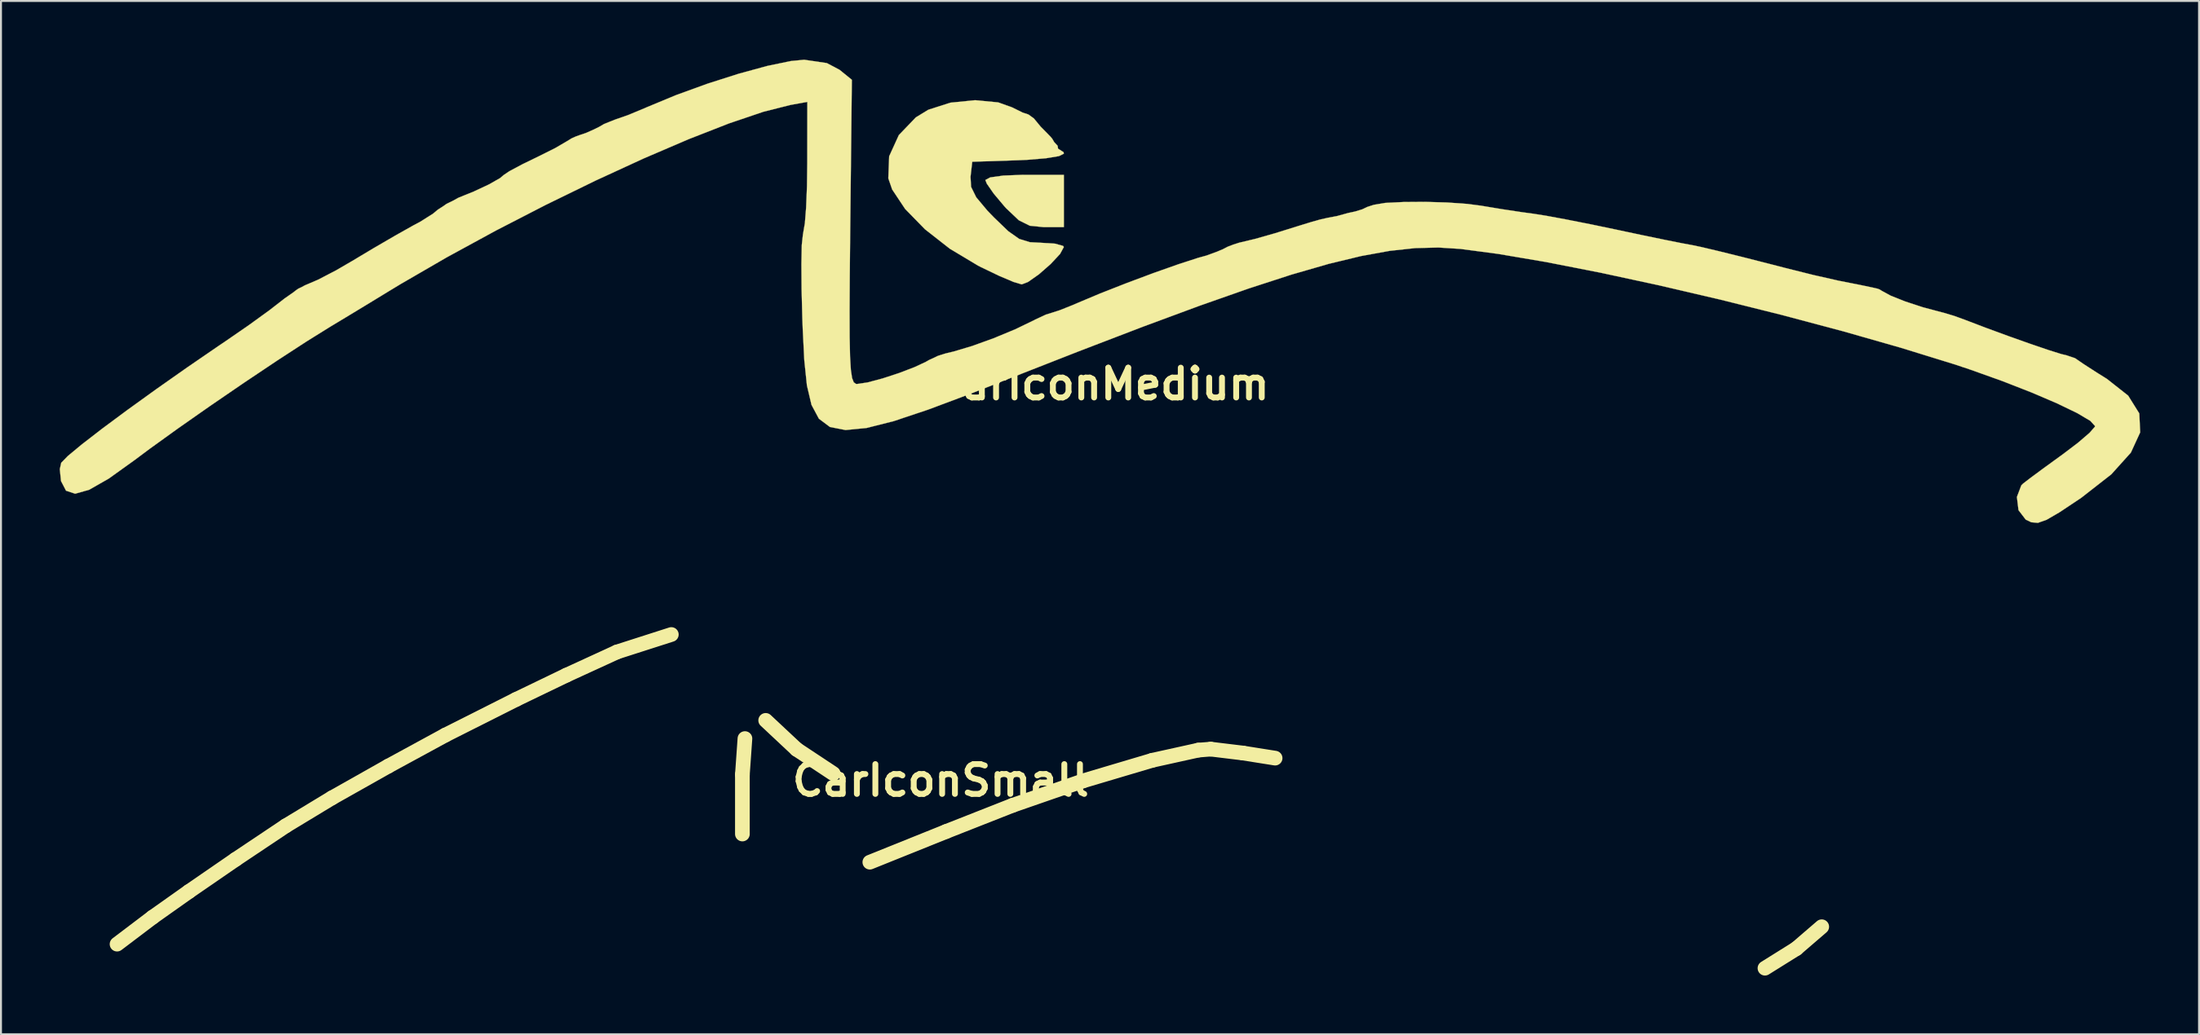
<source format=kicad_pcb>
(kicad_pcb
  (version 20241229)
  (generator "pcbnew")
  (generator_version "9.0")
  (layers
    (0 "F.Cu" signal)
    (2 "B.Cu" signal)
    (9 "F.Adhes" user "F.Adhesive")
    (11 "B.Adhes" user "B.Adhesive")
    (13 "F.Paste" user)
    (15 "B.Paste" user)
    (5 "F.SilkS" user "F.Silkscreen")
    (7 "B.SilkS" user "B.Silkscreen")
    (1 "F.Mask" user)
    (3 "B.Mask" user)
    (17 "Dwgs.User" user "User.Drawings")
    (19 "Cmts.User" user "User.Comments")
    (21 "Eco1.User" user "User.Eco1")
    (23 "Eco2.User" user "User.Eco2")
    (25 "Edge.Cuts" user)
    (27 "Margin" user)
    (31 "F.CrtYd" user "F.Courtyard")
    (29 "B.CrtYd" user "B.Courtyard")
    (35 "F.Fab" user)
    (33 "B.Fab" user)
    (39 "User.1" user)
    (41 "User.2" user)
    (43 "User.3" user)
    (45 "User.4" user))
  (footprint "CarIconSmall"
    (layer "F.Cu")
    (at 44.999 36.849)
    (property "Reference" "CarIconSmall" (at 0 0 0) (layer "F.SilkS") (effects (font (size 1.524 1.524) (thickness 0.3))))
    (attr exclude_from_pos_files exclude_from_bom)
    (fp_poly (pts (xy -1.542 -2.903) (xy -2.427 -2.908) (xy -3.311 -2.913) (xy -4.205 -3.907) (xy -4.59 -4.348) (xy -4.863 -4.691) (xy -5.016 -4.924) (xy -5.047 -5.036) (xy -5.003 -5.084) (xy -4.896 -5.119) (xy -4.706 -5.144) (xy -4.407 -5.159) (xy -3.977 -5.168) (xy -3.392 -5.171) (xy -3.269 -5.171) (xy -1.542 -5.171) (xy -1.542 -2.903)) (stroke (width 0.01) (type solid)) (fill yes) (layer "F.Mask"))
    (fp_poly (pts (xy -4.841 -8.38) (xy -4.062 -8.166) (xy -3.539 -7.914) (xy -3.22 -7.697) (xy -2.868 -7.407) (xy -2.513 -7.075) (xy -2.184 -6.731) (xy -1.909 -6.404) (xy -1.716 -6.125) (xy -1.634 -5.924) (xy -1.633 -5.907) (xy -1.701 -5.869) (xy -1.91 -5.841) (xy -2.272 -5.821) (xy -2.796 -5.809) (xy -3.486 -5.806) (xy -5.339 -5.806) (xy -5.527 -5.567) (xy -5.683 -5.234) (xy -5.715 -4.962) (xy -5.708 -4.825) (xy -5.677 -4.698) (xy -5.603 -4.558) (xy -5.469 -4.381) (xy -5.257 -4.145) (xy -4.951 -3.827) (xy -4.563 -3.432) (xy -3.411 -2.268) (xy -2.476 -2.268) (xy -2.009 -2.259) (xy -1.697 -2.232) (xy -1.552 -2.189) (xy -1.542 -2.171) (xy -1.59 -1.986) (xy -1.742 -1.741) (xy -2.012 -1.417) (xy -2.344 -1.066) (xy -2.632 -0.783) (xy -2.882 -0.585) (xy -3.122 -0.471) (xy -3.382 -0.442) (xy -3.689 -0.5) (xy -4.074 -0.644) (xy -4.565 -0.875) (xy -5.063 -1.128) (xy -6.158 -1.742) (xy -7.093 -2.372) (xy -7.865 -3.013) (xy -8.469 -3.662) (xy -8.902 -4.315) (xy -9.16 -4.967) (xy -9.23 -5.366) (xy -9.244 -5.709) (xy -9.2 -5.987) (xy -9.079 -6.294) (xy -9.033 -6.39) (xy -8.682 -6.921) (xy -8.173 -7.419) (xy -7.53 -7.863) (xy -7.198 -8.042) (xy -6.442 -8.32) (xy -5.645 -8.432) (xy -4.841 -8.38)) (stroke (width 0.01) (type solid)) (fill yes) (layer "F.Mask"))
    (fp_poly (pts (xy -12.074 -10.088) (xy -11.542 -9.877) (xy -11.124 -9.533) (xy -10.907 -9.219) (xy -10.862 -9.094) (xy -10.825 -8.892) (xy -10.795 -8.603) (xy -10.773 -8.217) (xy -10.758 -7.724) (xy -10.75 -7.114) (xy -10.75 -6.377) (xy -10.757 -5.503) (xy -10.77 -4.482) (xy -10.791 -3.304) (xy -10.818 -1.959) (xy -10.831 -1.361) (xy -10.847 -0.525) (xy -10.859 0.285) (xy -10.866 1.045) (xy -10.869 1.728) (xy -10.867 2.311) (xy -10.86 2.768) (xy -10.848 3.074) (xy -10.845 3.117) (xy -10.777 3.921) (xy -10.4 3.862) (xy -10.122 3.809) (xy -9.792 3.726) (xy -9.399 3.61) (xy -8.928 3.456) (xy -8.365 3.257) (xy -7.696 3.01) (xy -6.909 2.71) (xy -5.988 2.351) (xy -4.92 1.928) (xy -4.354 1.703) (xy -2.668 1.032) (xy -1.129 0.428) (xy 0.279 -0.116) (xy 1.576 -0.607) (xy 2.778 -1.051) (xy 3.905 -1.453) (xy 4.975 -1.821) (xy 6.004 -2.16) (xy 7.013 -2.478) (xy 8.018 -2.779) (xy 9.039 -3.071) (xy 10.092 -3.359) (xy 10.704 -3.522) (xy 11.339 -3.689) (xy 11.834 -3.815) (xy 12.225 -3.906) (xy 12.547 -3.967) (xy 12.836 -4.004) (xy 13.127 -4.023) (xy 13.455 -4.028) (xy 13.857 -4.027) (xy 13.925 -4.026) (xy 14.849 -3.989) (xy 15.942 -3.889) (xy 17.204 -3.728) (xy 18.635 -3.505) (xy 20.237 -3.219) (xy 22.008 -2.872) (xy 23.949 -2.463) (xy 25.082 -2.213) (xy 25.878 -2.033) (xy 26.614 -1.865) (xy 27.316 -1.7) (xy 28.009 -1.533) (xy 28.718 -1.358) (xy 29.469 -1.167) (xy 30.287 -0.955) (xy 31.197 -0.715) (xy 32.226 -0.441) (xy 33.398 -0.127) (xy 33.7 -0.045) (xy 34.833 0.273) (xy 36.014 0.631) (xy 37.214 1.018) (xy 38.402 1.421) (xy 39.545 1.832) (xy 40.613 2.237) (xy 41.575 2.627) (xy 42.399 2.991) (xy 42.591 3.082) (xy 43.412 3.514) (xy 44.059 3.937) (xy 44.537 4.359) (xy 44.854 4.785) (xy 45.015 5.222) (xy 45.04 5.482) (xy 44.967 5.987) (xy 44.745 6.504) (xy 44.37 7.041) (xy 43.835 7.602) (xy 43.135 8.194) (xy 42.266 8.823) (xy 42.048 8.97) (xy 41.561 9.288) (xy 41.195 9.515) (xy 40.921 9.665) (xy 40.713 9.753) (xy 40.542 9.791) (xy 40.44 9.797) (xy 40.135 9.754) (xy 39.884 9.596) (xy 39.817 9.532) (xy 39.632 9.301) (xy 39.56 9.047) (xy 39.553 8.874) (xy 39.597 8.541) (xy 39.708 8.293) (xy 39.712 8.288) (xy 39.844 8.168) (xy 40.096 7.975) (xy 40.433 7.733) (xy 40.824 7.467) (xy 40.924 7.401) (xy 41.369 7.097) (xy 41.813 6.776) (xy 42.207 6.474) (xy 42.499 6.23) (xy 42.511 6.219) (xy 42.779 5.964) (xy 42.927 5.793) (xy 42.977 5.672) (xy 42.951 5.569) (xy 42.948 5.564) (xy 42.811 5.436) (xy 42.529 5.256) (xy 42.127 5.036) (xy 41.63 4.787) (xy 41.062 4.521) (xy 40.449 4.251) (xy 39.814 3.988) (xy 39.184 3.745) (xy 39.159 3.736) (xy 37.824 3.264) (xy 36.36 2.783) (xy 34.789 2.297) (xy 33.13 1.813) (xy 31.406 1.335) (xy 29.636 0.867) (xy 27.841 0.415) (xy 26.042 -0.016) (xy 24.26 -0.422) (xy 22.515 -0.798) (xy 20.829 -1.138) (xy 19.222 -1.437) (xy 17.714 -1.692) (xy 16.327 -1.896) (xy 15.081 -2.045) (xy 14.619 -2.089) (xy 14.228 -2.121) (xy 13.899 -2.14) (xy 13.603 -2.142) (xy 13.308 -2.121) (xy 12.984 -2.076) (xy 12.602 -2) (xy 12.13 -1.89) (xy 11.539 -1.742) (xy 10.924 -1.584) (xy 9.714 -1.262) (xy 8.497 -0.915) (xy 7.256 -0.538) (xy 5.972 -0.123) (xy 4.628 0.335) (xy 3.206 0.842) (xy 1.69 1.404) (xy 0.061 2.027) (xy -1.698 2.718) (xy -3.379 3.391) (xy -4.596 3.88) (xy -5.66 4.301) (xy -6.586 4.659) (xy -7.387 4.959) (xy -8.078 5.204) (xy -8.672 5.401) (xy -9.183 5.553) (xy -9.625 5.664) (xy -10.013 5.74) (xy -10.361 5.785) (xy -10.681 5.804) (xy -10.775 5.805) (xy -11.353 5.755) (xy -11.813 5.593) (xy -12.168 5.307) (xy -12.432 4.883) (xy -12.619 4.308) (xy -12.697 3.901) (xy -12.727 3.599) (xy -12.751 3.135) (xy -12.769 2.529) (xy -12.78 1.802) (xy -12.785 0.972) (xy -12.783 0.06) (xy -12.775 -0.915) (xy -12.761 -1.932) (xy -12.74 -2.973) (xy -12.713 -4.017) (xy -12.695 -4.581) (xy -12.674 -5.3) (xy -12.658 -5.98) (xy -12.648 -6.594) (xy -12.644 -7.115) (xy -12.646 -7.518) (xy -12.655 -7.776) (xy -12.66 -7.828) (xy -12.718 -8.263) (xy -13.14 -8.203) (xy -13.925 -8.05) (xy -14.848 -7.799) (xy -15.896 -7.457) (xy -17.059 -7.029) (xy -18.324 -6.519) (xy -19.679 -5.935) (xy -21.114 -5.28) (xy -22.615 -4.56) (xy -24.171 -3.782) (xy -25.77 -2.95) (xy -27.401 -2.07) (xy -29.052 -1.148) (xy -30.71 -0.188) (xy -31.689 0.395) (xy -33.313 1.388) (xy -34.948 2.424) (xy -36.569 3.483) (xy -38.148 4.547) (xy -39.659 5.597) (xy -41.073 6.616) (xy -42.363 7.585) (xy -42.953 8.044) (xy -43.3 8.31) (xy -43.552 8.48) (xy -43.749 8.573) (xy -43.934 8.611) (xy -44.071 8.617) (xy -44.477 8.541) (xy -44.779 8.324) (xy -44.956 7.988) (xy -44.994 7.689) (xy -44.942 7.314) (xy -44.815 7.099) (xy -44.683 6.979) (xy -44.434 6.773) (xy -44.1 6.505) (xy -43.708 6.196) (xy -43.288 5.87) (xy -42.87 5.55) (xy -42.482 5.259) (xy -42.155 5.018) (xy -42.036 4.934) (xy -41.845 4.799) (xy -41.537 4.581) (xy -41.141 4.301) (xy -40.687 3.979) (xy -40.206 3.637) (xy -40.176 3.616) (xy -39.143 2.895) (xy -38.001 2.12) (xy -36.801 1.326) (xy -35.594 0.544) (xy -34.431 -0.191) (xy -33.791 -0.585) (xy -33.317 -0.876) (xy -32.882 -1.142) (xy -32.516 -1.368) (xy -32.249 -1.533) (xy -32.113 -1.619) (xy -31.859 -1.774) (xy -31.665 -1.884) (xy -31.507 -1.973) (xy -31.234 -2.129) (xy -30.888 -2.33) (xy -30.51 -2.55) (xy -30.142 -2.765) (xy -29.825 -2.953) (xy -29.754 -2.995) (xy -29.316 -3.247) (xy -28.741 -3.565) (xy -28.053 -3.935) (xy -27.278 -4.344) (xy -26.443 -4.779) (xy -25.571 -5.228) (xy -24.691 -5.676) (xy -23.826 -6.111) (xy -23.002 -6.52) (xy -22.246 -6.889) (xy -21.582 -7.205) (xy -21.091 -7.432) (xy -19.698 -8.041) (xy -18.381 -8.581) (xy -17.153 -9.048) (xy -16.023 -9.438) (xy -15.004 -9.748) (xy -14.107 -9.974) (xy -13.341 -10.112) (xy -12.719 -10.159) (xy -12.713 -10.159) (xy -12.074 -10.088)) (stroke (width 0.01) (type solid)) (fill yes) (layer "F.Mask"))
    (fp_line (start -42.07 8.37) (end -40.25 6.99) (stroke (width 0.75) (type solid)) (layer "F.SilkS"))
    (fp_line (start -40.25 6.99) (end -38.4 5.68) (stroke (width 0.75) (type solid)) (layer "F.SilkS"))
    (fp_line (start -38.4 5.68) (end -36.02 4.04) (stroke (width 0.75) (type solid)) (layer "F.SilkS"))
    (fp_line (start -36.02 4.04) (end -33.45 2.32) (stroke (width 0.75) (type solid)) (layer "F.SilkS"))
    (fp_line (start -33.45 2.32) (end -31.09 0.89) (stroke (width 0.75) (type solid)) (layer "F.SilkS"))
    (fp_line (start -31.09 0.89) (end -28.22 -0.73) (stroke (width 0.75) (type solid)) (layer "F.SilkS"))
    (fp_line (start -28.22 -0.73) (end -25.3 -2.32) (stroke (width 0.75) (type solid)) (layer "F.SilkS"))
    (fp_line (start -25.3 -2.32) (end -21.69 -4.14) (stroke (width 0.75) (type solid)) (layer "F.SilkS"))
    (fp_line (start -21.69 -4.14) (end -19.12 -5.38) (stroke (width 0.75) (type solid)) (layer "F.SilkS"))
    (fp_line (start -19.12 -5.38) (end -16.53 -6.57) (stroke (width 0.75) (type solid)) (layer "F.SilkS"))
    (fp_line (start -16.53 -6.57) (end -13.76 -7.46) (stroke (width 0.75) (type solid)) (layer "F.SilkS"))
    (fp_line (start -10.13 -0.3) (end -10 -2.14) (stroke (width 0.75) (type solid)) (layer "F.SilkS"))
    (fp_line (start -10.13 2.74) (end -10.13 -0.3) (stroke (width 0.75) (type solid)) (layer "F.SilkS"))
    (fp_line (start -8.94 -3.07) (end -7.36 -1.59) (stroke (width 0.75) (type solid)) (layer "F.SilkS"))
    (fp_line (start -7.36 -1.59) (end -5.49 -0.35) (stroke (width 0.75) (type solid)) (layer "F.SilkS"))
    (fp_line (start -3.62 4.18) (end 0.28 2.61) (stroke (width 0.75) (type solid)) (layer "F.SilkS"))
    (fp_line (start 0.28 2.61) (end 3.68 1.27) (stroke (width 0.75) (type solid)) (layer "F.SilkS"))
    (fp_line (start 3.68 1.27) (end 7.28 0.02) (stroke (width 0.75) (type solid)) (layer "F.SilkS"))
    (fp_line (start 7.28 0.02) (end 10.81 -1.03) (stroke (width 0.75) (type solid)) (layer "F.SilkS"))
    (fp_line (start 10.81 -1.03) (end 13.16 -1.55) (stroke (width 0.75) (type solid)) (layer "F.SilkS"))
    (fp_line (start 13.16 -1.55) (end 13.79 -1.6) (stroke (width 0.75) (type solid)) (layer "F.SilkS"))
    (fp_line (start 13.79 -1.6) (end 15.44 -1.4) (stroke (width 0.75) (type solid)) (layer "F.SilkS"))
    (fp_line (start 15.44 -1.4) (end 17.08 -1.14) (stroke (width 0.75) (type solid)) (layer "F.SilkS"))
    (fp_line (start 42.1 9.6) (end 43.7 8.6) (stroke (width 0.75) (type solid)) (layer "F.SilkS"))
    (fp_line (start 43.7 8.6) (end 45 7.48) (stroke (width 0.75) (type solid)) (layer "F.SilkS")))
  (footprint "CarIconMedium"
    (layer "F.Cu")
    (at 53.16 16.582)
    (property "Reference" "CarIconMedium" (at 0 0 0) (layer "F.SilkS") (effects (font (size 1.524 1.524) (thickness 0.3))))
    (attr through_hole)
    (fp_poly (pts (xy -1.872 -8.021) (xy -2.91 -8.021) (xy -3.609 -8.091) (xy -4.175 -8.373) (xy -4.81 -8.976) (xy -4.915 -9.091) (xy -5.456 -9.736) (xy -5.807 -10.243) (xy -5.882 -10.428) (xy -5.634 -10.562) (xy -4.962 -10.656) (xy -3.978 -10.694) (xy -3.877 -10.695) (xy -1.872 -10.695) (xy -1.872 -8.021)) (stroke (width 0.01) (type solid)) (fill yes) (layer "F.SilkS"))
    (fp_poly (pts (xy -5.227 -14.397) (xy -4.52 -14.145) (xy -3.978 -13.877) (xy -3.681 -13.779) (xy -3.401 -13.576) (xy -3.062 -13.163) (xy -2.677 -12.772) (xy -2.54 -12.63) (xy -2.46 -12.53) (xy -2.36 -12.36) (xy -2.19 -12.18) (xy -2.168 -12.032) (xy -1.885 -11.852) (xy -1.872 -11.775) (xy -2.119 -11.652) (xy -2.78 -11.542) (xy -3.733 -11.462) (xy -4.211 -11.44) (xy -6.551 -11.363) (xy -6.639 -10.592) (xy -6.61 -10.078) (xy -6.347 -9.545) (xy -5.775 -8.861) (xy -5.446 -8.52) (xy -4.708 -7.81) (xy -4.15 -7.417) (xy -3.605 -7.25) (xy -3.018 -7.219) (xy -2.32 -7.174) (xy -1.914 -7.062) (xy -1.872 -7.004) (xy -2.066 -6.648) (xy -2.543 -6.136) (xy -3.141 -5.611) (xy -3.699 -5.218) (xy -4.023 -5.093) (xy -4.437 -5.216) (xy -5.174 -5.528) (xy -6.089 -5.968) (xy -6.249 -6.049) (xy -7.692 -6.913) (xy -8.965 -7.91) (xy -9.979 -8.95) (xy -10.641 -9.946) (xy -10.837 -10.514) (xy -10.794 -11.642) (xy -10.3 -12.726) (xy -9.431 -13.632) (xy -8.794 -14.021) (xy -7.668 -14.382) (xy -6.406 -14.509) (xy -5.227 -14.397)) (stroke (width 0.01) (type solid)) (fill yes) (layer "F.SilkS"))
    (fp_poly (pts (xy -13.979 -16.407) (xy -13.331 -16.065) (xy -12.7 -15.553) (xy -12.785 -7.777) (xy -12.807 -5.522) (xy -12.817 -3.746) (xy -12.813 -2.392) (xy -12.792 -1.405) (xy -12.751 -0.729) (xy -12.689 -0.308) (xy -12.602 -0.085) (xy -12.488 -0.005) (xy -12.44 0) (xy -11.896 -0.08) (xy -11.128 -0.285) (xy -10.28 -0.563) (xy -9.494 -0.864) (xy -8.916 -1.135) (xy -8.75 -1.23) (xy -8.5 -1.343) (xy -8.3 -1.44) (xy -7.91 -1.562) (xy -7.483 -1.665) (xy -6.55 -1.944) (xy -5.453 -2.341) (xy -4.35 -2.799) (xy -3.399 -3.259) (xy -3.342 -3.29) (xy -2.786 -3.549) (xy -2.507 -3.635) (xy -2.088 -3.769) (xy -1.408 -4.04) (xy -1.17 -4.143) (xy -0.02 -4.627) (xy 1.319 -5.153) (xy 2.697 -5.669) (xy 3.967 -6.118) (xy 4.982 -6.448) (xy 5.414 -6.567) (xy 5.946 -6.762) (xy 6.25 -6.89) (xy 6.5 -7.02) (xy 6.79 -7.13) (xy 7.087 -7.225) (xy 7.902 -7.419) (xy 8.903 -7.704) (xy 9.091 -7.762) (xy 10.113 -8.081) (xy 10.774 -8.284) (xy 11.222 -8.41) (xy 11.606 -8.497) (xy 12.078 -8.585) (xy 12.64 -8.74) (xy 13.01 -8.82) (xy 13.37 -8.93) (xy 13.636 -9.056) (xy 13.96 -9.16) (xy 14.536 -9.258) (xy 15.474 -9.304) (xy 16.571 -9.312) (xy 17.701 -9.28) (xy 18.74 -9.207) (xy 19.427 -9.117) (xy 20.507 -8.938) (xy 21.562 -8.779) (xy 22.058 -8.713) (xy 22.744 -8.605) (xy 23.803 -8.409) (xy 25.086 -8.155) (xy 26.336 -7.894) (xy 27.642 -7.616) (xy 28.811 -7.374) (xy 29.713 -7.194) (xy 30.213 -7.102) (xy 30.696 -7.001) (xy 31.59 -6.789) (xy 32.787 -6.493) (xy 34.179 -6.138) (xy 34.968 -5.934) (xy 36.411 -5.573) (xy 37.71 -5.279) (xy 38.758 -5.073) (xy 39.44 -4.93) (xy 39.57 -4.9) (xy 39.7 -4.87) (xy 39.8 -4.83) (xy 39.909 -4.762) (xy 40.359 -4.517) (xy 41.096 -4.222) (xy 42.006 -3.923) (xy 42.973 -3.665) (xy 43.046 -3.648) (xy 43.598 -3.483) (xy 44.116 -3.295) (xy 45.198 -2.882) (xy 46.356 -2.456) (xy 47.469 -2.061) (xy 48.418 -1.737) (xy 49.083 -1.528) (xy 49.329 -1.471) (xy 49.776 -1.321) (xy 49.864 -1.261) (xy 50.229 -1.01) (xy 50.882 -0.589) (xy 51.406 -0.261) (xy 52.491 0.595) (xy 53.058 1.504) (xy 53.104 2.472) (xy 52.629 3.507) (xy 51.63 4.617) (xy 50.106 5.808) (xy 49.967 5.903) (xy 48.984 6.557) (xy 48.325 6.941) (xy 47.881 7.098) (xy 47.541 7.068) (xy 47.257 6.931) (xy 46.889 6.45) (xy 46.807 5.776) (xy 47.032 5.183) (xy 47.124 5.09) (xy 47.494 4.806) (xy 48.164 4.31) (xy 49 3.703) (xy 49.129 3.61) (xy 49.924 3.007) (xy 50.514 2.5) (xy 50.791 2.184) (xy 50.8 2.152) (xy 50.559 1.885) (xy 49.887 1.487) (xy 48.864 0.993) (xy 47.567 0.437) (xy 46.074 -0.147) (xy 44.465 -0.723) (xy 43.581 -1.018) (xy 40.87 -1.856) (xy 37.913 -2.701) (xy 34.805 -3.529) (xy 31.641 -4.319) (xy 28.515 -5.048) (xy 25.523 -5.694) (xy 22.758 -6.236) (xy 20.316 -6.651) (xy 18.386 -6.907) (xy 17.267 -6.978) (xy 16.077 -6.949) (xy 14.774 -6.808) (xy 13.314 -6.543) (xy 11.654 -6.142) (xy 9.754 -5.593) (xy 7.569 -4.883) (xy 5.057 -4) (xy 2.176 -2.933) (xy -1.117 -1.669) (xy -4.031 -0.526) (xy -6.644 0.499) (xy -8.805 1.31) (xy -10.559 1.897) (xy -11.95 2.248) (xy -13.021 2.353) (xy -13.818 2.198) (xy -14.383 1.774) (xy -14.76 1.069) (xy -14.995 0.072) (xy -15.13 -1.229) (xy -15.21 -2.845) (xy -15.23 -3.409) (xy -15.267 -4.856) (xy -15.276 -6.123) (xy -15.257 -7.109) (xy -15.2 -7.63) (xy -15.16 -7.87) (xy -15.099 -8.224) (xy -15.036 -9.016) (xy -14.992 -10.106) (xy -14.977 -11.29) (xy -14.973 -14.425) (xy -15.842 -14.266) (xy -17.217 -13.919) (xy -18.973 -13.324) (xy -21.037 -12.517) (xy -23.334 -11.531) (xy -25.79 -10.4) (xy -28.333 -9.158) (xy -30.888 -7.841) (xy -33.382 -6.481) (xy -35.74 -5.114) (xy -36.362 -4.737) (xy -37.43 -4.085) (xy -38.521 -3.424) (xy -39.349 -2.925) (xy -40.555 -2.174) (xy -42.063 -1.192) (xy -43.746 -0.065) (xy -45.475 1.119) (xy -47.123 2.274) (xy -48.563 3.312) (xy -49.322 3.879) (xy -50.651 4.833) (xy -51.654 5.406) (xy -52.371 5.609) (xy -52.838 5.454) (xy -53.093 4.962) (xy -53.155 4.354) (xy -53.082 4.026) (xy -52.744 3.68) (xy -52.027 3.085) (xy -50.994 2.286) (xy -49.709 1.332) (xy -48.237 0.27) (xy -46.642 -0.852) (xy -44.988 -1.987) (xy -44.723 -2.165) (xy -43.492 -3.015) (xy -42.449 -3.771) (xy -41.663 -4.381) (xy -41.22 -4.69) (xy -41.12 -4.77) (xy -40.98 -4.87) (xy -40.79 -4.96) (xy -40.646 -5.04) (xy -39.958 -5.335) (xy -39.037 -5.815) (xy -38.248 -6.274) (xy -37.107 -6.956) (xy -36.012 -7.593) (xy -35.119 -8.096) (xy -34.746 -8.295) (xy -34.094 -8.706) (xy -33.85 -8.91) (xy -33.71 -9) (xy -33.57 -9.09) (xy -33.4 -9.21) (xy -33.09 -9.36) (xy -32.793 -9.524) (xy -32.005 -9.843) (xy -31.243 -10.2) (xy -30.672 -10.524) (xy -30.48 -10.686) (xy -30.186 -10.883) (xy -29.543 -11.227) (xy -28.689 -11.643) (xy -28.675 -11.65) (xy -27.843 -12.066) (xy -27.244 -12.417) (xy -27.01 -12.56) (xy -26.81 -12.65) (xy -26.59 -12.73) (xy -26.29 -12.83) (xy -25.87 -13.016) (xy -25.6 -13.15) (xy -25.36 -13.29) (xy -25.04 -13.42) (xy -24.782 -13.522) (xy -24.143 -13.744) (xy -23.283 -14.101) (xy -23.177 -14.148) (xy -21.685 -14.768) (xy -20.078 -15.352) (xy -18.48 -15.862) (xy -17.019 -16.261) (xy -15.819 -16.51) (xy -15.133 -16.577) (xy -13.979 -16.407)) (stroke (width 0.01) (type solid)) (fill yes) (layer "F.SilkS")))
  (gr_rect
    (start -3 -3)
    (end 109.27 49.824)
    (stroke (width 0.1) (type default))
    (fill no)
    (layer "Edge.Cuts")))
</source>
